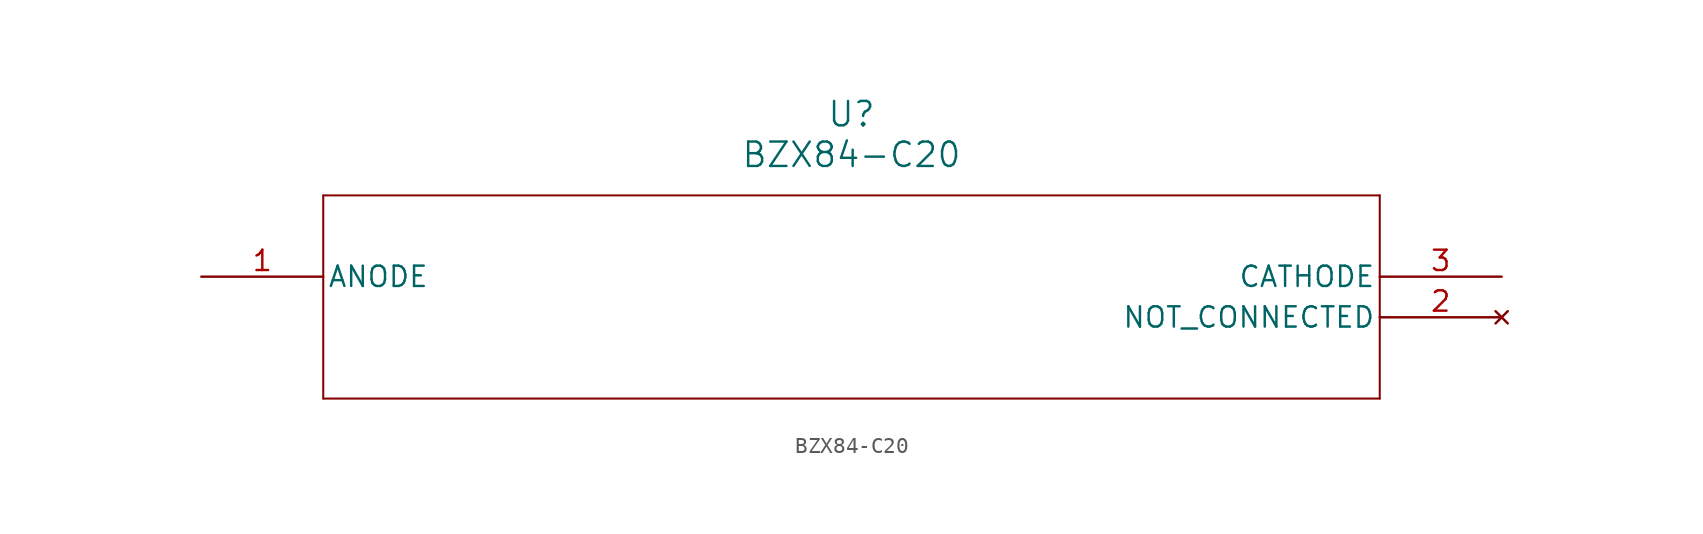
<source format=kicad_sym>
(kicad_symbol_lib
  (version 20211014)
  (generator kicad_symbol_editor)
  (symbol "BZX84-C20"
    (pin_names
      (offset 0.254))
    (property "Reference" "U"
      (at 40.64 10.16 0)
      (effects (font (size 1.524 1.524))))
    (property "Value" "BZX84-C20"
      (at 40.64 7.62 0)
      (effects (font (size 1.524 1.524))))
    (symbol "BZX84-C20_0_1"
      (polyline (pts (xy 7.62 5.08) (xy 7.62 -7.62)) (stroke (width 0.127) (type default) (color 0 0 0 0)) (fill (type none)))
      (polyline (pts (xy 7.62 -7.62) (xy 73.66 -7.62)) (stroke (width 0.127) (type default) (color 0 0 0 0)) (fill (type none)))
      (polyline (pts (xy 73.66 -7.62) (xy 73.66 5.08)) (stroke (width 0.127) (type default) (color 0 0 0 0)) (fill (type none)))
      (polyline (pts (xy 73.66 5.08) (xy 7.62 5.08)) (stroke (width 0.127) (type default) (color 0 0 0 0)) (fill (type none)))
      (pin unspecified line (at 0 0 0) (length 7.62) (name "ANODE" (effects (font (size 1.27 1.27)))) (number "1" (effects (font (size 1.27 1.27)))))
      (pin no_connect line (at 81.28 -2.54 180) (length 7.62) (name "NOT CONNECTED" (effects (font (size 1.27 1.27)))) (number "2" (effects (font (size 1.27 1.27)))))
      (pin unspecified line (at 81.28 0 180) (length 7.62) (name "CATHODE" (effects (font (size 1.27 1.27)))) (number "3" (effects (font (size 1.27 1.27))))))))
</source>
